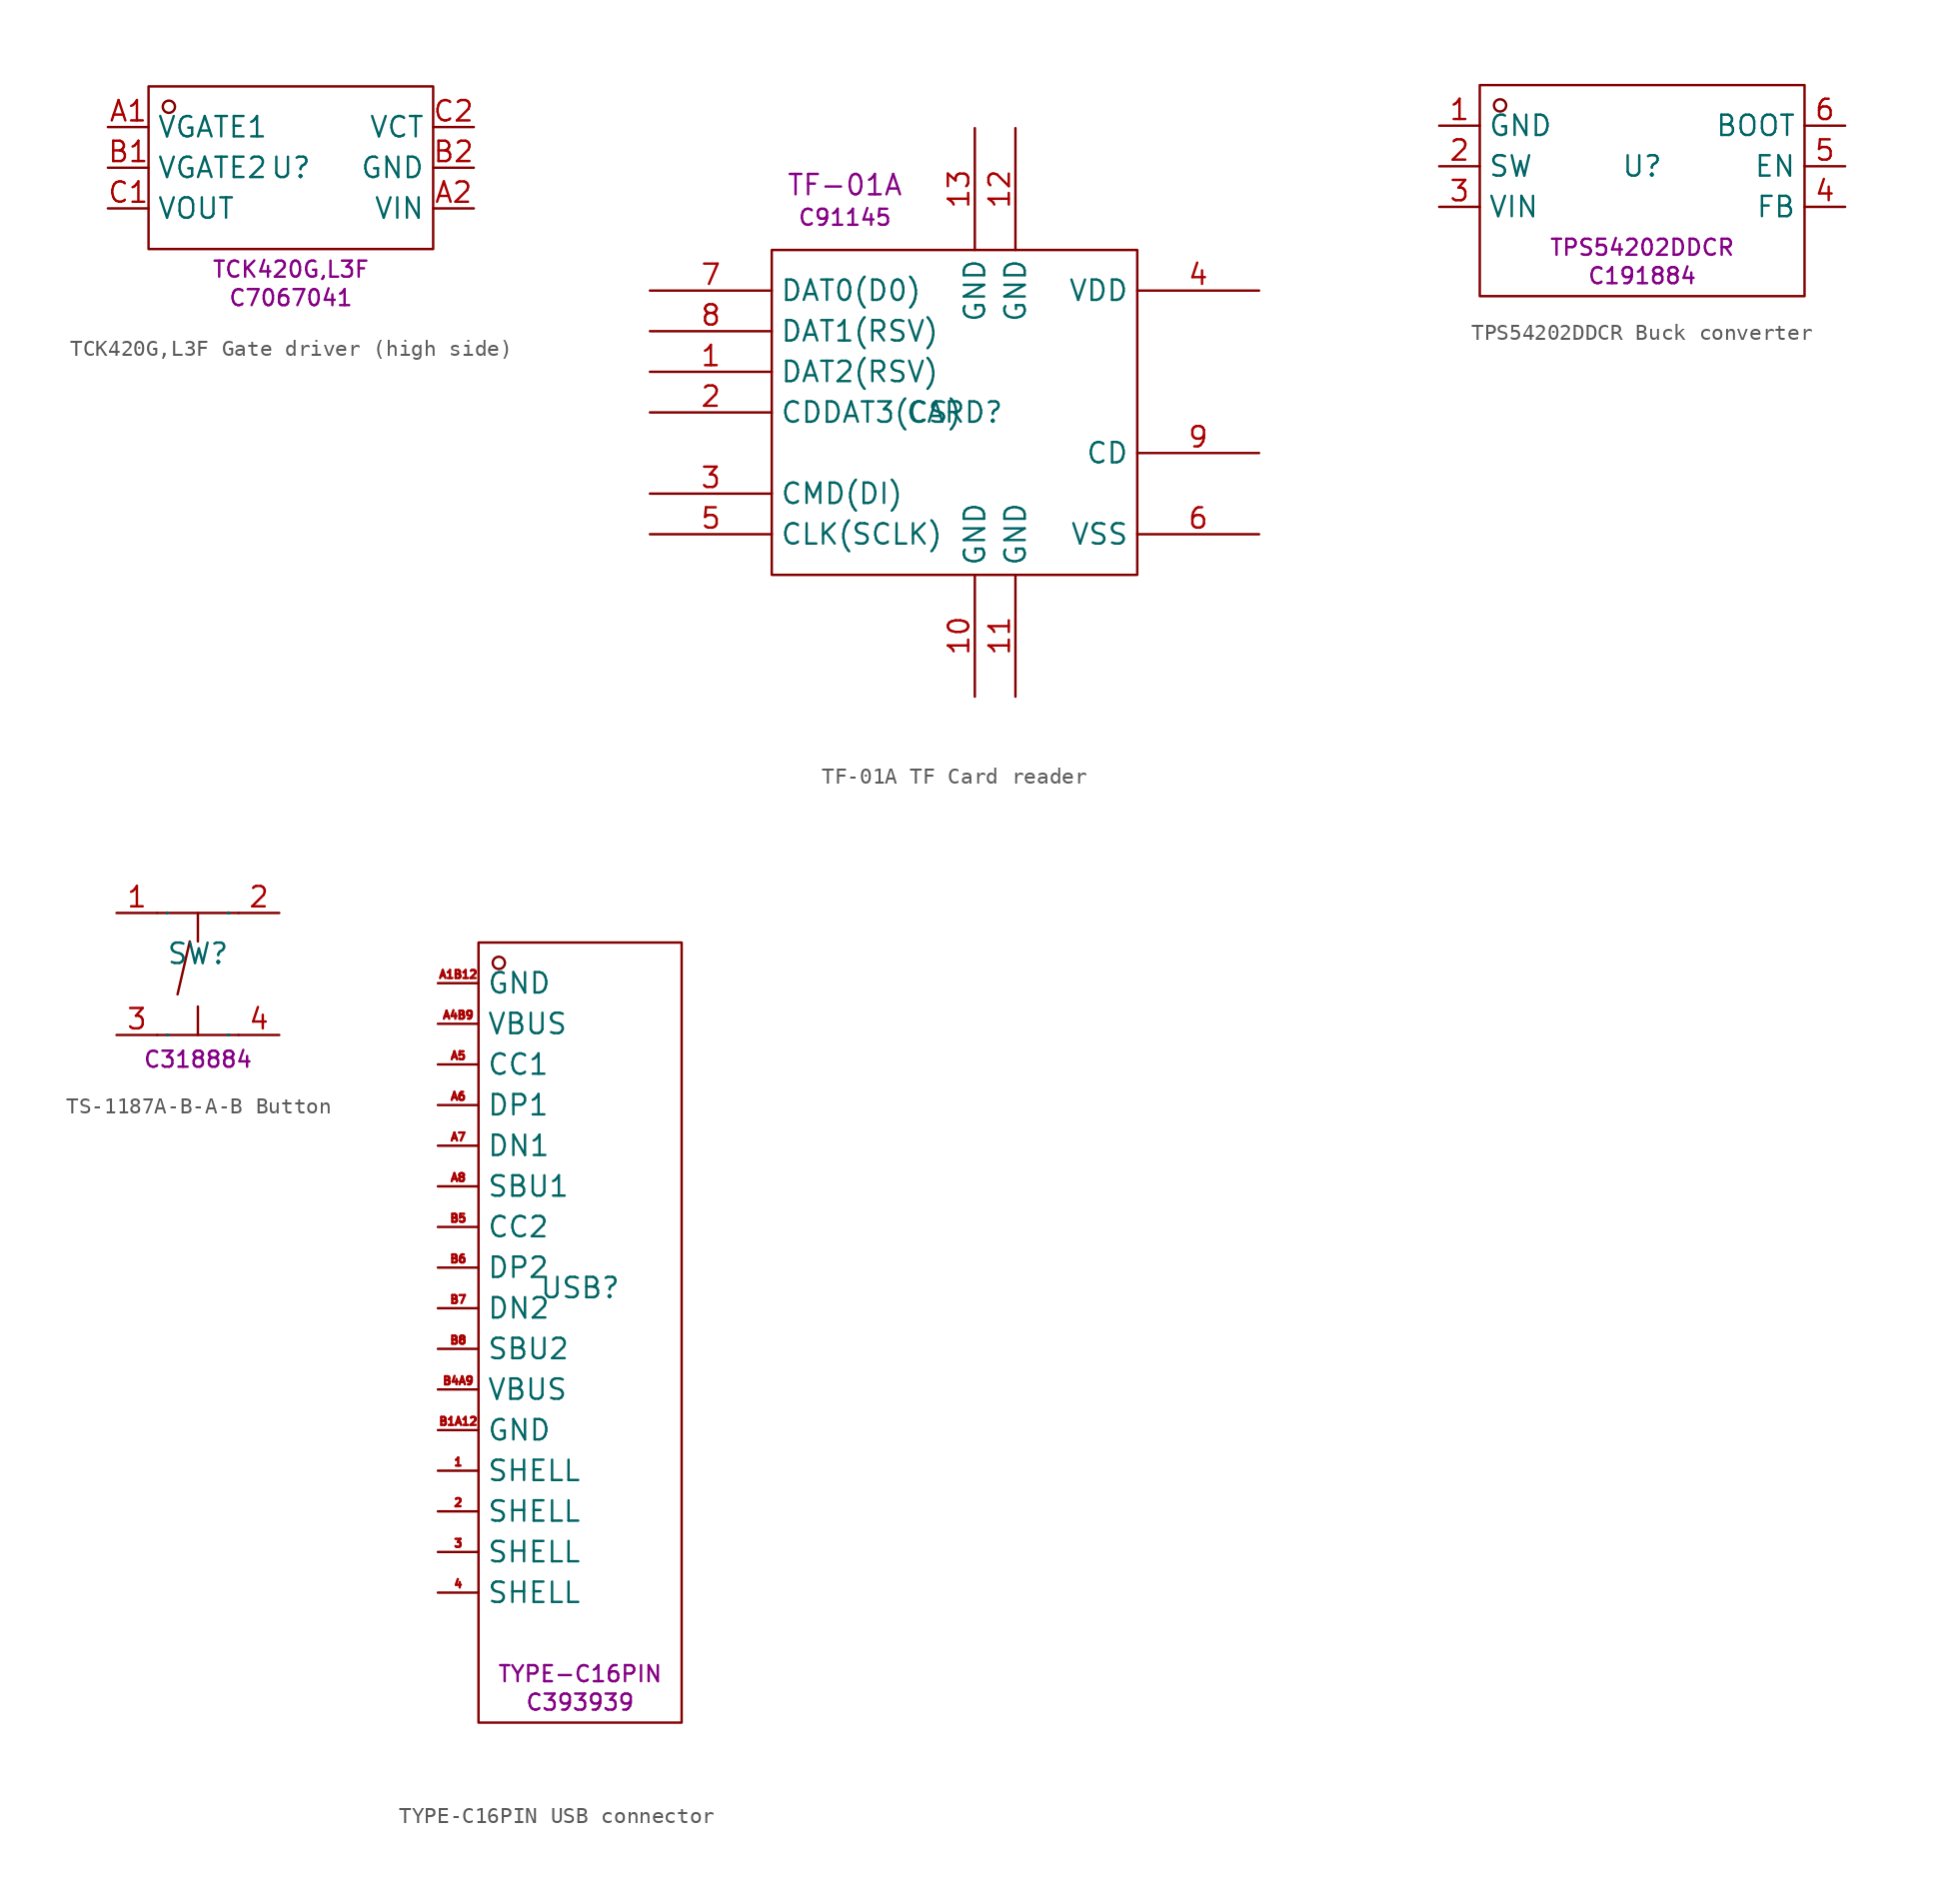
<source format=kicad_sym>
(kicad_symbol_lib
  (version 20241209)
  (generator "kicad_symbol_editor")
  (generator_version "9.0")
  (symbol "TCK420G,L3F Gate driver (high side)"
    (property "Reference" "U"
      (at 0 0 0)
      (effects (font (size 1.27 1.27))))
    (property "Manufacturer Part" "TCK420G,L3F"
      (at 0 -6.35 0)
      (do_not_autoplace)
      (effects (font (size 1 1))))
    (property "LCSC Part #" "C7067041"
      (at 0 -8.128 0)
      (do_not_autoplace)
      (effects (font (size 1 1))))
    (symbol "TCK420G,L3F Gate driver (high side)_1_0"
      (rectangle (start -8.89 -5.08) (end 8.89 5.08) (stroke (width 0) (type default)) (fill (type none)))
      (circle (center -7.62 3.81) (radius 0.381) (stroke (width 0) (type default)) (fill (type none)))
      (pin unspecified line (at -11.43 2.54 0) (length 2.54) (name "VGATE1" (effects (font (size 1.27 1.27)))) (number "A1" (effects (font (size 1.27 1.27)))))
      (pin unspecified line (at -11.43 0 0) (length 2.54) (name "VGATE2" (effects (font (size 1.27 1.27)))) (number "B1" (effects (font (size 1.27 1.27)))))
      (pin unspecified line (at -11.43 -2.54 0) (length 2.54) (name "VOUT" (effects (font (size 1.27 1.27)))) (number "C1" (effects (font (size 1.27 1.27)))))
      (pin unspecified line (at 11.43 2.54 180) (length 2.54) (name "VCT" (effects (font (size 1.27 1.27)))) (number "C2" (effects (font (size 1.27 1.27)))))
      (pin unspecified line (at 11.43 0 180) (length 2.54) (name "GND" (effects (font (size 1.27 1.27)))) (number "B2" (effects (font (size 1.27 1.27)))))
      (pin unspecified line (at 11.43 -2.54 180) (length 2.54) (name "VIN" (effects (font (size 1.27 1.27)))) (number "A2" (effects (font (size 1.27 1.27)))))))
  (symbol "TF-01A TF Card reader"
    (property "Reference" "CARD"
      (at 0 0 0)
      (effects (font (size 1.27 1.27))))
    (property "Manufacturer Part" "TF-01A"
      (at -6.858 14.224 0)
      (do_not_autoplace)
      (effects (font (size 1.27 1.27))))
    (property "LCSC Part #" "C91145"
      (at -6.858 12.192 0)
      (do_not_autoplace)
      (effects (font (size 1 1))))
    (symbol "TF-01A TF Card reader_1_0"
      (rectangle (start -11.43 -10.16) (end 11.43 10.16) (stroke (width 0) (type default)) (fill (type none)))
      (pin bidirectional line (at -19.05 7.62 0) (length 7.62) (name "DAT0(D0)" (effects (font (size 1.27 1.27)))) (number "7" (effects (font (size 1.27 1.27)))))
      (pin bidirectional line (at -19.05 5.08 0) (length 7.62) (name "DAT1(RSV)" (effects (font (size 1.27 1.27)))) (number "8" (effects (font (size 1.27 1.27)))))
      (pin bidirectional line (at -19.05 2.54 0) (length 7.62) (name "DAT2(RSV)" (effects (font (size 1.27 1.27)))) (number "1" (effects (font (size 1.27 1.27)))))
      (pin bidirectional line (at -19.05 0 0) (length 7.62) (name "CDDAT3(CS)" (effects (font (size 1.27 1.27)))) (number "2" (effects (font (size 1.27 1.27)))))
      (pin input line (at -19.05 -5.08 0) (length 7.62) (name "CMD(DI)" (effects (font (size 1.27 1.27)))) (number "3" (effects (font (size 1.27 1.27)))))
      (pin input line (at -19.05 -7.62 0) (length 7.62) (name "CLK(SCLK)" (effects (font (size 1.27 1.27)))) (number "5" (effects (font (size 1.27 1.27)))))
      (pin input line (at 1.27 17.78 270) (length 7.62) (name "GND" (effects (font (size 1.27 1.27)))) (number "13" (effects (font (size 1.27 1.27)))))
      (pin input line (at 1.27 -17.78 90) (length 7.62) (name "GND" (effects (font (size 1.27 1.27)))) (number "10" (effects (font (size 1.27 1.27)))))
      (pin input line (at 3.81 17.78 270) (length 7.62) (name "GND" (effects (font (size 1.27 1.27)))) (number "12" (effects (font (size 1.27 1.27)))))
      (pin input line (at 3.81 -17.78 90) (length 7.62) (name "GND" (effects (font (size 1.27 1.27)))) (number "11" (effects (font (size 1.27 1.27)))))
      (pin input line (at 19.05 7.62 180) (length 7.62) (name "VDD" (effects (font (size 1.27 1.27)))) (number "4" (effects (font (size 1.27 1.27)))))
      (pin input line (at 19.05 -2.54 180) (length 7.62) (name "CD" (effects (font (size 1.27 1.27)))) (number "9" (effects (font (size 1.27 1.27)))))
      (pin input line (at 19.05 -7.62 180) (length 7.62) (name "VSS" (effects (font (size 1.27 1.27)))) (number "6" (effects (font (size 1.27 1.27)))))))
  (symbol "TPS54202DDCR Buck converter"
    (property "Reference" "U"
      (at 0 0 0)
      (effects (font (size 1.27 1.27))))
    (property "Manufacturer Part" "TPS54202DDCR"
      (at 0 -5.08 0)
      (do_not_autoplace)
      (effects (font (size 1 1))))
    (property "LCSC Part #" "C191884"
      (at 0 -6.858 0)
      (do_not_autoplace)
      (effects (font (size 1 1))))
    (symbol "TPS54202DDCR Buck converter_1_0"
      (rectangle (start -10.16 5.08) (end 10.16 -8.128) (stroke (width 0) (type default)) (fill (type none)))
      (circle (center -8.89 3.81) (radius 0.381) (stroke (width 0) (type default)) (fill (type none)))
      (pin unspecified line (at -12.7 2.54 0) (length 2.54) (name "GND" (effects (font (size 1.27 1.27)))) (number "1" (effects (font (size 1.27 1.27)))))
      (pin unspecified line (at -12.7 0 0) (length 2.54) (name "SW" (effects (font (size 1.27 1.27)))) (number "2" (effects (font (size 1.27 1.27)))))
      (pin unspecified line (at -12.7 -2.54 0) (length 2.54) (name "VIN" (effects (font (size 1.27 1.27)))) (number "3" (effects (font (size 1.27 1.27)))))
      (pin unspecified line (at 12.7 2.54 180) (length 2.54) (name "BOOT" (effects (font (size 1.27 1.27)))) (number "6" (effects (font (size 1.27 1.27)))))
      (pin unspecified line (at 12.7 0 180) (length 2.54) (name "EN" (effects (font (size 1.27 1.27)))) (number "5" (effects (font (size 1.27 1.27)))))
      (pin unspecified line (at 12.7 -2.54 180) (length 2.54) (name "FB" (effects (font (size 1.27 1.27)))) (number "4" (effects (font (size 1.27 1.27)))))))
  (symbol "TS-1187A-B-A-B Button"
    (property "Reference" "SW"
      (at 0 0 0)
      (effects (font (size 1.27 1.27))))
    (property "LCSC Part #" "C318884"
      (at 0 -6.604 0)
      (effects (font (size 1 1))))
    (symbol "TS-1187A-B-A-B Button_1_0"
      (polyline (pts (xy -2.54 2.54) (xy 2.54 2.54)) (stroke (width 0) (type default)) (fill (type none)))
      (polyline (pts (xy -2.54 -5.08) (xy 2.54 -5.08)) (stroke (width 0) (type default)) (fill (type none)))
      (polyline (pts (xy -0.508 0.762) (xy -1.27 -2.54)) (stroke (width 0) (type default)) (fill (type none)))
      (polyline (pts (xy 0 0.762) (xy 0 2.54)) (stroke (width 0) (type default)) (fill (type none)))
      (polyline (pts (xy 0 -3.302) (xy 0 -5.08)) (stroke (width 0) (type default)) (fill (type none)))
      (pin unspecified line (at -5.08 2.54 0) (length 2.54) (name "A" (effects (font (size 0.025 0.025)))) (number "1" (effects (font (size 1.27 1.27)))))
      (pin unspecified line (at -5.08 -5.08 0) (length 2.54) (name "C" (effects (font (size 0.025 0.025)))) (number "3" (effects (font (size 1.27 1.27)))))
      (pin unspecified line (at 5.08 2.54 180) (length 2.54) (name "B" (effects (font (size 0.025 0.025)))) (number "2" (effects (font (size 1.27 1.27)))))
      (pin unspecified line (at 5.08 -5.08 180) (length 2.54) (name "D" (effects (font (size 0.025 0.025)))) (number "4" (effects (font (size 1.27 1.27)))))))
  (symbol "TYPE-C16PIN USB connector"
    (property "Reference" "USB"
      (at 0 0 0)
      (effects (font (size 1.27 1.27))))
    (property "Manufacturer Part" "TYPE-C16PIN"
      (at 0 -24.13 0)
      (do_not_autoplace)
      (effects (font (size 1 1))))
    (property "LCSC Part #" "C393939"
      (at 0 -25.908 0)
      (do_not_autoplace)
      (effects (font (size 1 1))))
    (symbol "TYPE-C16PIN USB connector_1_0"
      (rectangle (start -6.35 21.59) (end 6.35 -27.178) (stroke (width 0) (type default)) (fill (type none)))
      (circle (center -5.08 20.32) (radius 0.381) (stroke (width 0) (type default)) (fill (type none)))
      (pin unspecified line (at -8.89 19.05 0) (length 2.54) (name "GND" (effects (font (size 1.27 1.27)))) (number "A1B12" (effects (font (size 0.5 0.5)))))
      (pin unspecified line (at -8.89 16.51 0) (length 2.54) (name "VBUS" (effects (font (size 1.27 1.27)))) (number "A4B9" (effects (font (size 0.5 0.5)))))
      (pin unspecified line (at -8.89 13.97 0) (length 2.54) (name "CC1" (effects (font (size 1.27 1.27)))) (number "A5" (effects (font (size 0.5 0.5)))))
      (pin unspecified line (at -8.89 11.43 0) (length 2.54) (name "DP1" (effects (font (size 1.27 1.27)))) (number "A6" (effects (font (size 0.5 0.5)))))
      (pin unspecified line (at -8.89 8.89 0) (length 2.54) (name "DN1" (effects (font (size 1.27 1.27)))) (number "A7" (effects (font (size 0.5 0.5)))))
      (pin unspecified line (at -8.89 6.35 0) (length 2.54) (name "SBU1" (effects (font (size 1.27 1.27)))) (number "A8" (effects (font (size 0.5 0.5)))))
      (pin unspecified line (at -8.89 3.81 0) (length 2.54) (name "CC2" (effects (font (size 1.27 1.27)))) (number "B5" (effects (font (size 0.5 0.5)))))
      (pin unspecified line (at -8.89 1.27 0) (length 2.54) (name "DP2" (effects (font (size 1.27 1.27)))) (number "B6" (effects (font (size 0.5 0.5)))))
      (pin unspecified line (at -8.89 -1.27 0) (length 2.54) (name "DN2" (effects (font (size 1.27 1.27)))) (number "B7" (effects (font (size 0.5 0.5)))))
      (pin unspecified line (at -8.89 -3.81 0) (length 2.54) (name "SBU2" (effects (font (size 1.27 1.27)))) (number "B8" (effects (font (size 0.5 0.5)))))
      (pin unspecified line (at -8.89 -6.35 0) (length 2.54) (name "VBUS" (effects (font (size 1.27 1.27)))) (number "B4A9" (effects (font (size 0.5 0.5)))))
      (pin unspecified line (at -8.89 -8.89 0) (length 2.54) (name "GND" (effects (font (size 1.27 1.27)))) (number "B1A12" (effects (font (size 0.5 0.5)))))
      (pin unspecified line (at -8.89 -11.43 0) (length 2.54) (name "SHELL" (effects (font (size 1.27 1.27)))) (number "1" (effects (font (size 0.5 0.5)))))
      (pin unspecified line (at -8.89 -13.97 0) (length 2.54) (name "SHELL" (effects (font (size 1.27 1.27)))) (number "2" (effects (font (size 0.5 0.5)))))
      (pin unspecified line (at -8.89 -16.51 0) (length 2.54) (name "SHELL" (effects (font (size 1.27 1.27)))) (number "3" (effects (font (size 0.5 0.5)))))
      (pin unspecified line (at -8.89 -19.05 0) (length 2.54) (name "SHELL" (effects (font (size 1.27 1.27)))) (number "4" (effects (font (size 0.5 0.5))))))))
</source>
